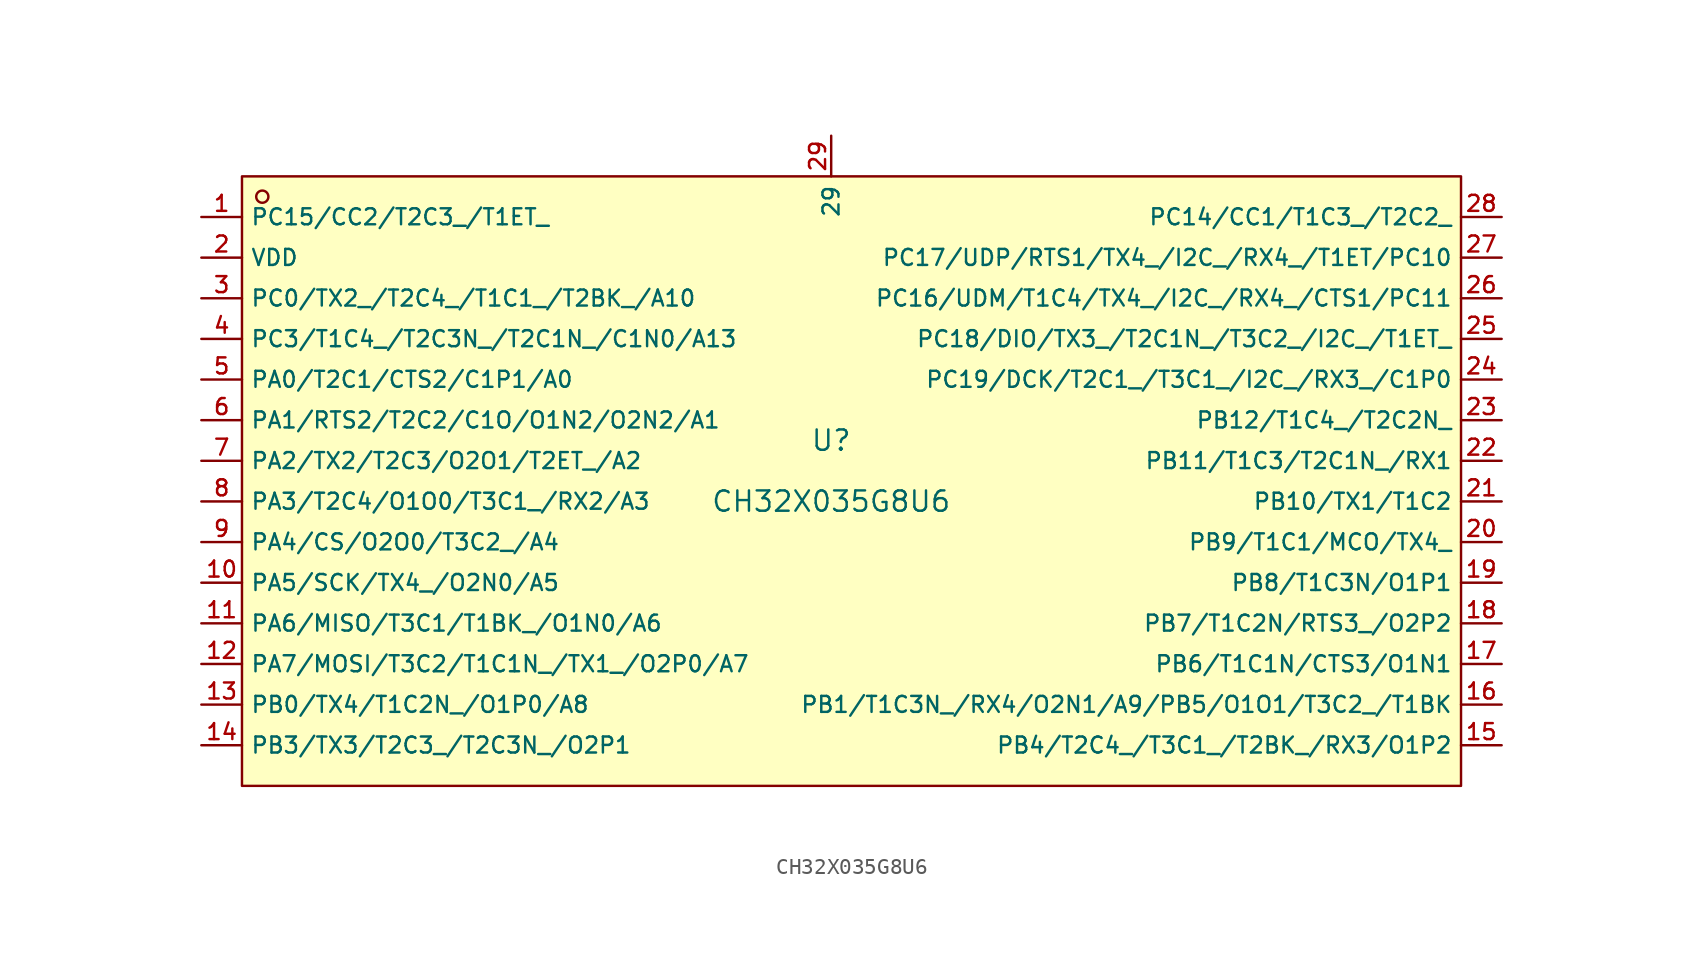
<source format=kicad_sym>
(kicad_symbol_lib
  (version 20231120)
  (generator "kicad_symbol_editor")
  (generator_version "8.0")
  (symbol "CH32X035G8U6"
    (property "Reference" "U"
      (at 0 1.27 0)
      (effects (font (size 1.27 1.27))))
    (property "Value" "CH32X035G8U6"
      (at 0 -2.54 0)
      (effects (font (size 1.27 1.27))))
    (symbol "CH32X035G8U6_0_1"
      (rectangle (start -36.83 17.78) (end 39.37 -20.32) (stroke (width 0) (type default)) (fill (type background)))
      (circle (center -35.56 16.51) (radius 0.381) (stroke (width 0) (type default)) (fill (type background)))
      (pin unspecified line (at -39.37 15.24 0) (length 2.54) (name "PC15/CC2/T2C3_/T1ET_" (effects (font (size 1 1)))) (number "1" (effects (font (size 1 1)))))
      (pin unspecified line (at -39.37 -7.62 0) (length 2.54) (name "PA5/SCK/TX4_/O2N0/A5" (effects (font (size 1 1)))) (number "10" (effects (font (size 1 1)))))
      (pin unspecified line (at -39.37 -10.16 0) (length 2.54) (name "PA6/MISO/T3C1/T1BK_/O1N0/A6" (effects (font (size 1 1)))) (number "11" (effects (font (size 1 1)))))
      (pin unspecified line (at -39.37 -12.7 0) (length 2.54) (name "PA7/MOSI/T3C2/T1C1N_/TX1_/O2P0/A7" (effects (font (size 1 1)))) (number "12" (effects (font (size 1 1)))))
      (pin unspecified line (at -39.37 -15.24 0) (length 2.54) (name "PB0/TX4/T1C2N_/O1P0/A8" (effects (font (size 1 1)))) (number "13" (effects (font (size 1 1)))))
      (pin unspecified line (at -39.37 -17.78 0) (length 2.54) (name "PB3/TX3/T2C3_/T2C3N_/O2P1" (effects (font (size 1 1)))) (number "14" (effects (font (size 1 1)))))
      (pin unspecified line (at 41.91 -17.78 180) (length 2.54) (name "PB4/T2C4_/T3C1_/T2BK_/RX3/O1P2" (effects (font (size 1 1)))) (number "15" (effects (font (size 1 1)))))
      (pin unspecified line (at 41.91 -15.24 180) (length 2.54) (name "PB1/T1C3N_/RX4/O2N1/A9/PB5/O1O1/T3C2_/T1BK" (effects (font (size 1 1)))) (number "16" (effects (font (size 1 1)))))
      (pin unspecified line (at 41.91 -12.7 180) (length 2.54) (name "PB6/T1C1N/CTS3/O1N1" (effects (font (size 1 1)))) (number "17" (effects (font (size 1 1)))))
      (pin unspecified line (at 41.91 -10.16 180) (length 2.54) (name "PB7/T1C2N/RTS3_/O2P2" (effects (font (size 1 1)))) (number "18" (effects (font (size 1 1)))))
      (pin unspecified line (at 41.91 -7.62 180) (length 2.54) (name "PB8/T1C3N/O1P1" (effects (font (size 1 1)))) (number "19" (effects (font (size 1 1)))))
      (pin unspecified line (at -39.37 12.7 0) (length 2.54) (name "VDD" (effects (font (size 1 1)))) (number "2" (effects (font (size 1 1)))))
      (pin unspecified line (at 41.91 -5.08 180) (length 2.54) (name "PB9/T1C1/MCO/TX4_" (effects (font (size 1 1)))) (number "20" (effects (font (size 1 1)))))
      (pin unspecified line (at 41.91 -2.54 180) (length 2.54) (name "PB10/TX1/T1C2" (effects (font (size 1 1)))) (number "21" (effects (font (size 1 1)))))
      (pin unspecified line (at 41.91 0 180) (length 2.54) (name "PB11/T1C3/T2C1N_/RX1" (effects (font (size 1 1)))) (number "22" (effects (font (size 1 1)))))
      (pin unspecified line (at 41.91 2.54 180) (length 2.54) (name "PB12/T1C4_/T2C2N_" (effects (font (size 1 1)))) (number "23" (effects (font (size 1 1)))))
      (pin unspecified line (at 41.91 5.08 180) (length 2.54) (name "PC19/DCK/T2C1_/T3C1_/I2C_/RX3_/C1P0" (effects (font (size 1 1)))) (number "24" (effects (font (size 1 1)))))
      (pin unspecified line (at 41.91 7.62 180) (length 2.54) (name "PC18/DIO/TX3_/T2C1N_/T3C2_/I2C_/T1ET_" (effects (font (size 1 1)))) (number "25" (effects (font (size 1 1)))))
      (pin unspecified line (at 41.91 10.16 180) (length 2.54) (name "PC16/UDM/T1C4/TX4_/I2C_/RX4_/CTS1/PC11" (effects (font (size 1 1)))) (number "26" (effects (font (size 1 1)))))
      (pin unspecified line (at 41.91 12.7 180) (length 2.54) (name "PC17/UDP/RTS1/TX4_/I2C_/RX4_/T1ET/PC10" (effects (font (size 1 1)))) (number "27" (effects (font (size 1 1)))))
      (pin unspecified line (at 41.91 15.24 180) (length 2.54) (name "PC14/CC1/T1C3_/T2C2_" (effects (font (size 1 1)))) (number "28" (effects (font (size 1 1)))))
      (pin unspecified line (at 0 20.32 270) (length 2.54) (name "29" (effects (font (size 1 1)))) (number "29" (effects (font (size 1 1)))))
      (pin unspecified line (at -39.37 10.16 0) (length 2.54) (name "PC0/TX2_/T2C4_/T1C1_/T2BK_/A10" (effects (font (size 1 1)))) (number "3" (effects (font (size 1 1)))))
      (pin unspecified line (at -39.37 7.62 0) (length 2.54) (name "PC3/T1C4_/T2C3N_/T2C1N_/C1N0/A13" (effects (font (size 1 1)))) (number "4" (effects (font (size 1 1)))))
      (pin unspecified line (at -39.37 5.08 0) (length 2.54) (name "PA0/T2C1/CTS2/C1P1/A0" (effects (font (size 1 1)))) (number "5" (effects (font (size 1 1)))))
      (pin unspecified line (at -39.37 2.54 0) (length 2.54) (name "PA1/RTS2/T2C2/C1O/O1N2/O2N2/A1" (effects (font (size 1 1)))) (number "6" (effects (font (size 1 1)))))
      (pin unspecified line (at -39.37 0 0) (length 2.54) (name "PA2/TX2/T2C3/O2O1/T2ET_/A2" (effects (font (size 1 1)))) (number "7" (effects (font (size 1 1)))))
      (pin unspecified line (at -39.37 -2.54 0) (length 2.54) (name "PA3/T2C4/O1O0/T3C1_/RX2/A3" (effects (font (size 1 1)))) (number "8" (effects (font (size 1 1)))))
      (pin unspecified line (at -39.37 -5.08 0) (length 2.54) (name "PA4/CS/O2O0/T3C2_/A4" (effects (font (size 1 1)))) (number "9" (effects (font (size 1 1))))))))
</source>
